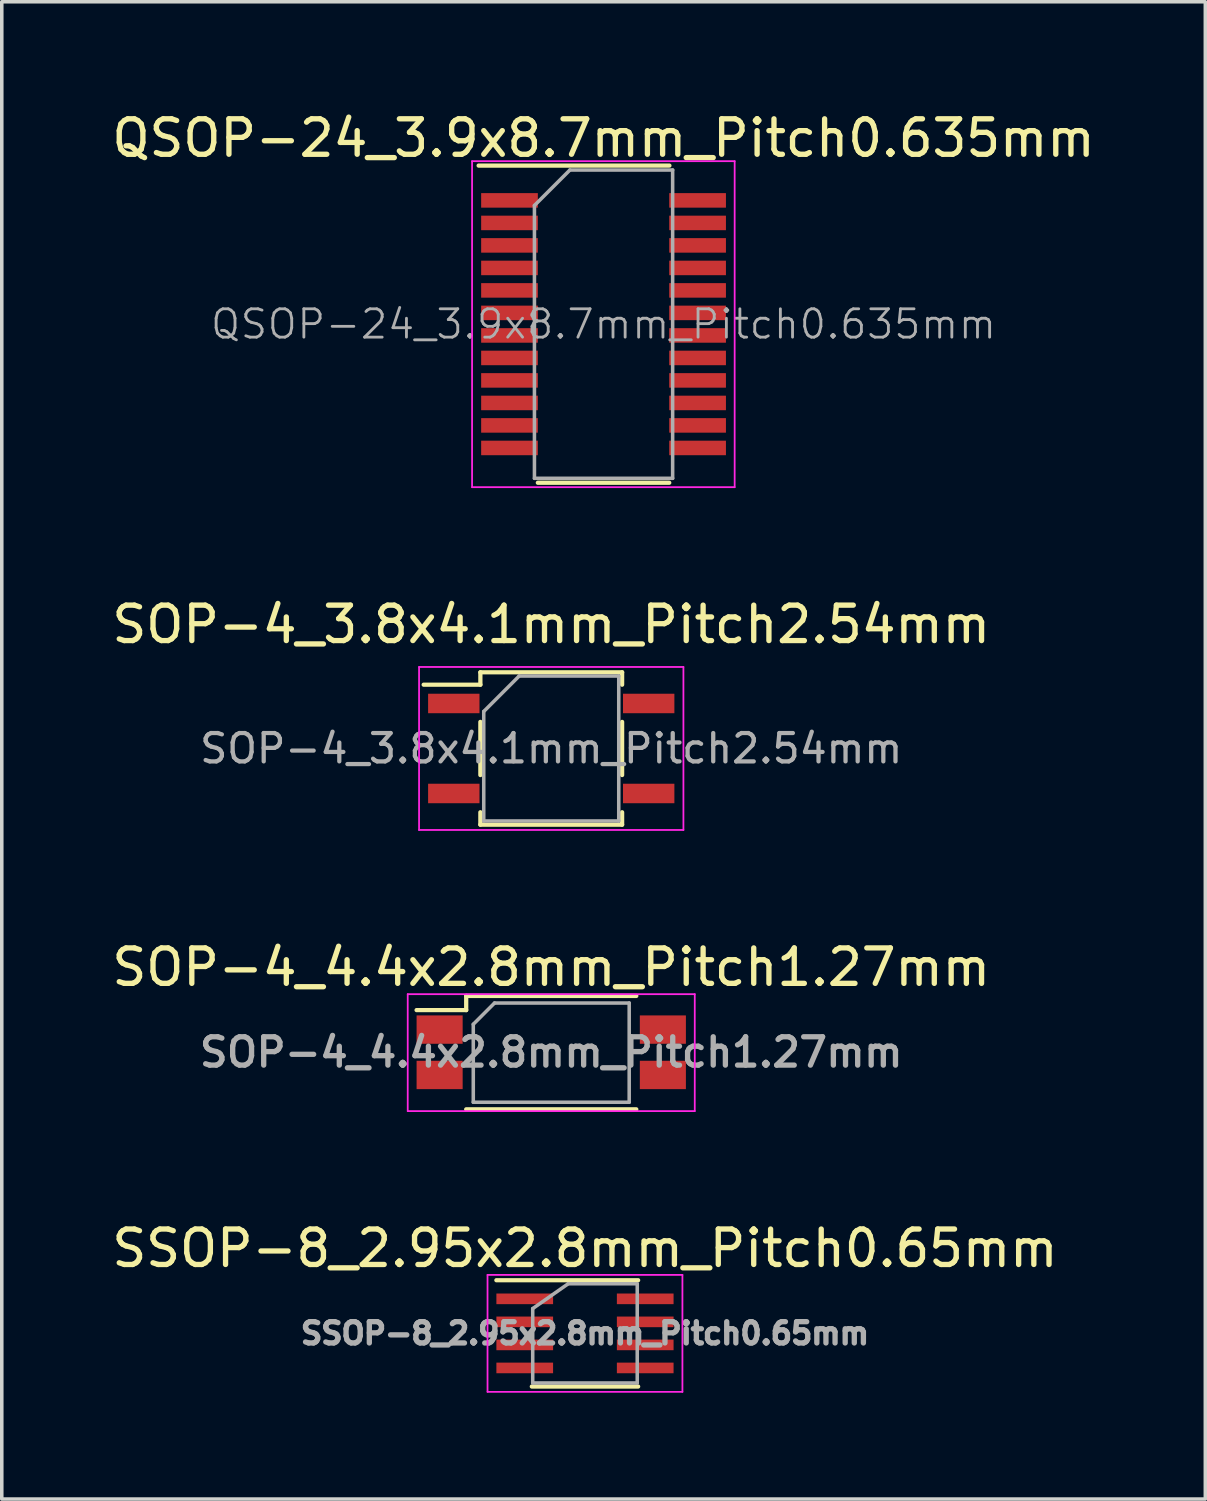
<source format=kicad_pcb>
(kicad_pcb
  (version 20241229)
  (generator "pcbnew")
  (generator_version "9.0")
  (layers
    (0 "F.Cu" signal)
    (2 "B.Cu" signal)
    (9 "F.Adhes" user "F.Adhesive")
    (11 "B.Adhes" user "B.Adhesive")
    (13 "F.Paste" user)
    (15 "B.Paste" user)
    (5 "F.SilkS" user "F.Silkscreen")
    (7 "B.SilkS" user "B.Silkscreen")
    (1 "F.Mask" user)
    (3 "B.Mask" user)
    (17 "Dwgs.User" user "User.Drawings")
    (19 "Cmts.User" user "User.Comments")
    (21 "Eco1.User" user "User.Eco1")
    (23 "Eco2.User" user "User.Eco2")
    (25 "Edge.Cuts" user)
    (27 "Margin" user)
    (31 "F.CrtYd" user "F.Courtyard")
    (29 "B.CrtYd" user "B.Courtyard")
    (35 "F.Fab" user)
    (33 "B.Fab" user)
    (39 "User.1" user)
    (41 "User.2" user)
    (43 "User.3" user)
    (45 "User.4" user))
  (footprint "SOP-4_4.4x2.8mm_Pitch1.27mm"
    (layer "F.Cu")
    (at 12.506 26.645)
    (property "Reference" "SOP-4_4.4x2.8mm_Pitch1.27mm" (at 0 -2.4 0) (layer "F.SilkS") (effects (font (size 1 1) (thickness 0.15))))
    (attr smd)
    (fp_line (start -2.4 -1.59) (end -2.4 -1.19) (stroke (width 0.12) (type solid)) (layer "F.SilkS"))
    (fp_line (start -2.4 -1.59) (end 2.4 -1.59) (stroke (width 0.12) (type solid)) (layer "F.SilkS"))
    (fp_line (start -2.4 -1.19) (end -3.8 -1.19) (stroke (width 0.12) (type solid)) (layer "F.SilkS"))
    (fp_line (start -2.4 1.61) (end 2.4 1.61) (stroke (width 0.12) (type solid)) (layer "F.SilkS"))
    (fp_line (start -4.05 -1.64) (end -4.05 1.66) (stroke (width 0.05) (type solid)) (layer "F.CrtYd"))
    (fp_line (start -4.05 -1.64) (end 4.05 -1.64) (stroke (width 0.05) (type solid)) (layer "F.CrtYd"))
    (fp_line (start 4.05 1.66) (end -4.05 1.66) (stroke (width 0.05) (type solid)) (layer "F.CrtYd"))
    (fp_line (start 4.05 1.66) (end 4.05 -1.64) (stroke (width 0.05) (type solid)) (layer "F.CrtYd"))
    (fp_line (start -2.2 -0.79) (end -1.6 -1.39) (stroke (width 0.1) (type solid)) (layer "F.Fab"))
    (fp_line (start -2.2 1.41) (end -2.2 -0.79) (stroke (width 0.1) (type solid)) (layer "F.Fab"))
    (fp_line (start -1.6 -1.39) (end 2.2 -1.39) (stroke (width 0.1) (type solid)) (layer "F.Fab"))
    (fp_line (start 2.2 -1.39) (end 2.2 1.41) (stroke (width 0.1) (type solid)) (layer "F.Fab"))
    (fp_line (start 2.2 1.41) (end -2.2 1.41) (stroke (width 0.1) (type solid)) (layer "F.Fab"))
    (fp_text user "${REFERENCE}" (at 0 0 0) (layer "F.Fab") (effects (font (size 0.8 0.8) (thickness 0.15))))
    (pad "1" smd rect (at -3.15 -0.64) (size 1.3 0.8) (layers "F.Cu" "F.Mask" "F.Paste"))
    (pad "2" smd rect (at -3.15 0.64) (size 1.3 0.8) (layers "F.Cu" "F.Mask" "F.Paste"))
    (pad "3" smd rect (at 3.15 0.64) (size 1.3 0.8) (layers "F.Cu" "F.Mask" "F.Paste"))
    (pad "4" smd rect (at 3.15 -0.64) (size 1.3 0.8) (layers "F.Cu" "F.Mask" "F.Paste")))
  (footprint "SOP-4_3.8x4.1mm_Pitch2.54mm"
    (layer "F.Cu")
    (at 12.506 18.072)
    (property "Reference" "SOP-4_3.8x4.1mm_Pitch2.54mm" (at 0 -3.5 0) (layer "F.SilkS") (effects (font (size 1 1) (thickness 0.15))))
    (attr smd)
    (fp_line (start -2 -2.15) (end 2 -2.15) (stroke (width 0.12) (type solid)) (layer "F.SilkS"))
    (fp_line (start -2 -1.8) (end -3.6 -1.8) (stroke (width 0.12) (type solid)) (layer "F.SilkS"))
    (fp_line (start -2 -1.8) (end -2 -2.15) (stroke (width 0.12) (type solid)) (layer "F.SilkS"))
    (fp_line (start -2 0.75) (end -2 -0.75) (stroke (width 0.12) (type solid)) (layer "F.SilkS"))
    (fp_line (start -2 1.8) (end -2 2.15) (stroke (width 0.12) (type solid)) (layer "F.SilkS"))
    (fp_line (start -2 2.15) (end 2 2.15) (stroke (width 0.12) (type solid)) (layer "F.SilkS"))
    (fp_line (start 2 -2.15) (end 2 -1.8) (stroke (width 0.12) (type solid)) (layer "F.SilkS"))
    (fp_line (start 2 0.75) (end 2 -0.75) (stroke (width 0.12) (type solid)) (layer "F.SilkS"))
    (fp_line (start 2 2.15) (end 2 1.8) (stroke (width 0.12) (type solid)) (layer "F.SilkS"))
    (fp_line (start -3.73 -2.3) (end 3.73 -2.3) (stroke (width 0.05) (type solid)) (layer "F.CrtYd"))
    (fp_line (start -3.73 2.3) (end -3.73 -2.3) (stroke (width 0.05) (type solid)) (layer "F.CrtYd"))
    (fp_line (start 3.73 -2.3) (end 3.73 2.3) (stroke (width 0.05) (type solid)) (layer "F.CrtYd"))
    (fp_line (start 3.73 2.3) (end -3.73 2.3) (stroke (width 0.05) (type solid)) (layer "F.CrtYd"))
    (fp_line (start -1.905 -1.044) (end -0.905 -2.045) (stroke (width 0.1) (type solid)) (layer "F.Fab"))
    (fp_line (start -1.905 2.045) (end -1.905 -1.044) (stroke (width 0.1) (type solid)) (layer "F.Fab"))
    (fp_line (start -1.905 2.045) (end 1.905 2.045) (stroke (width 0.1) (type solid)) (layer "F.Fab"))
    (fp_line (start -0.905 -2.045) (end 1.905 -2.045) (stroke (width 0.1) (type solid)) (layer "F.Fab"))
    (fp_line (start 1.905 2.045) (end 1.905 -2.045) (stroke (width 0.1) (type solid)) (layer "F.Fab"))
    (fp_text user "${REFERENCE}" (at 0 0 0) (layer "F.Fab") (effects (font (size 0.8 0.8) (thickness 0.12))))
    (pad "1" smd rect (at -2.75 -1.27) (size 1.45 0.55) (layers "F.Cu" "F.Mask" "F.Paste"))
    (pad "2" smd rect (at -2.75 1.27) (size 1.45 0.55) (layers "F.Cu" "F.Mask" "F.Paste"))
    (pad "3" smd rect (at 2.75 1.27) (size 1.45 0.55) (layers "F.Cu" "F.Mask" "F.Paste"))
    (pad "4" smd rect (at 2.75 -1.27) (size 1.45 0.55) (layers "F.Cu" "F.Mask" "F.Paste")))
  (footprint "SSOP-8_2.95x2.8mm_Pitch0.65mm"
    (layer "F.Cu")
    (at 13.458 34.578)
    (property "Reference" "SSOP-8_2.95x2.8mm_Pitch0.65mm" (at 0 -2.4 0) (layer "F.SilkS") (effects (font (size 1 1) (thickness 0.15))))
    (attr smd)
    (fp_line (start 1.5 -1.5) (end -2.5 -1.5) (stroke (width 0.12) (type solid)) (layer "F.SilkS"))
    (fp_line (start 1.5 1.5) (end -1.5 1.5) (stroke (width 0.12) (type solid)) (layer "F.SilkS"))
    (fp_line (start -2.75 -1.65) (end 2.75 -1.65) (stroke (width 0.05) (type solid)) (layer "F.CrtYd"))
    (fp_line (start -2.75 1.65) (end -2.75 -1.65) (stroke (width 0.05) (type solid)) (layer "F.CrtYd"))
    (fp_line (start 2.75 -1.65) (end 2.75 1.65) (stroke (width 0.05) (type solid)) (layer "F.CrtYd"))
    (fp_line (start 2.75 1.65) (end -2.75 1.65) (stroke (width 0.05) (type solid)) (layer "F.CrtYd"))
    (fp_line (start -1.475 1.4) (end -1.475 -0.7) (stroke (width 0.1) (type solid)) (layer "F.Fab"))
    (fp_line (start -0.475 -1.4) (end -1.475 -0.7) (stroke (width 0.1) (type solid)) (layer "F.Fab"))
    (fp_line (start -0.475 -1.4) (end 1.475 -1.4) (stroke (width 0.1) (type solid)) (layer "F.Fab"))
    (fp_line (start 1.475 -1.4) (end 1.475 1.4) (stroke (width 0.1) (type solid)) (layer "F.Fab"))
    (fp_line (start 1.475 1.4) (end -1.475 1.4) (stroke (width 0.1) (type solid)) (layer "F.Fab"))
    (fp_text user "${REFERENCE}" (at 0 0 0) (layer "F.Fab") (effects (font (size 0.6 0.6) (thickness 0.15))))
    (pad "1" smd rect (at -1.7 -0.975 270) (size 0.3 1.6) (layers "F.Cu" "F.Mask" "F.Paste"))
    (pad "2" smd rect (at -1.7 -0.325 270) (size 0.3 1.6) (layers "F.Cu" "F.Mask" "F.Paste"))
    (pad "3" smd rect (at -1.7 0.325 270) (size 0.3 1.6) (layers "F.Cu" "F.Mask" "F.Paste"))
    (pad "4" smd rect (at -1.7 0.975 270) (size 0.3 1.6) (layers "F.Cu" "F.Mask" "F.Paste"))
    (pad "5" smd rect (at 1.7 0.975 270) (size 0.3 1.6) (layers "F.Cu" "F.Mask" "F.Paste"))
    (pad "6" smd rect (at 1.7 0.325 270) (size 0.3 1.6) (layers "F.Cu" "F.Mask" "F.Paste"))
    (pad "7" smd rect (at 1.7 -0.325 270) (size 0.3 1.6) (layers "F.Cu" "F.Mask" "F.Paste"))
    (pad "8" smd rect (at 1.7 -0.975 270) (size 0.3 1.6) (layers "F.Cu" "F.Mask" "F.Paste")))
  (footprint "QSOP-24_3.9x8.7mm_Pitch0.635mm"
    (layer "F.Cu")
    (at 13.982 6.098)
    (property "Reference" "QSOP-24_3.9x8.7mm_Pitch0.635mm" (at 0 -5.25 0) (layer "F.SilkS") (effects (font (size 1 1) (thickness 0.15))))
    (attr smd)
    (fp_line (start -3.525 -4.475) (end 1.859 -4.475) (stroke (width 0.12) (type solid)) (layer "F.SilkS"))
    (fp_line (start -1.854 4.475) (end 1.854 4.475) (stroke (width 0.12) (type solid)) (layer "F.SilkS"))
    (fp_line (start -3.71 -4.6) (end -3.71 4.6) (stroke (width 0.05) (type solid)) (layer "F.CrtYd"))
    (fp_line (start -3.71 -4.6) (end 3.7 -4.6) (stroke (width 0.05) (type solid)) (layer "F.CrtYd"))
    (fp_line (start -3.71 4.6) (end 3.7 4.6) (stroke (width 0.05) (type solid)) (layer "F.CrtYd"))
    (fp_line (start 3.7 -4.6) (end 3.7 4.6) (stroke (width 0.05) (type solid)) (layer "F.CrtYd"))
    (fp_line (start -1.95 -3.35) (end -0.95 -4.35) (stroke (width 0.1) (type solid)) (layer "F.Fab"))
    (fp_line (start -1.95 4.35) (end -1.95 -3.35) (stroke (width 0.1) (type solid)) (layer "F.Fab"))
    (fp_line (start -0.95 -4.35) (end 1.95 -4.35) (stroke (width 0.1) (type solid)) (layer "F.Fab"))
    (fp_line (start 1.95 -4.35) (end 1.95 4.35) (stroke (width 0.1) (type solid)) (layer "F.Fab"))
    (fp_line (start 1.95 4.35) (end -1.95 4.35) (stroke (width 0.1) (type solid)) (layer "F.Fab"))
    (fp_text user "${REFERENCE}" (at 0 0 0) (layer "F.Fab") (effects (font (size 0.8 0.8) (thickness 0.08))))
    (pad "1" smd rect (at -2.654 -3.493) (size 1.6 0.41) (layers "F.Cu" "F.Mask" "F.Paste"))
    (pad "2" smd rect (at -2.654 -2.857) (size 1.6 0.41) (layers "F.Cu" "F.Mask" "F.Paste"))
    (pad "3" smd rect (at -2.654 -2.223) (size 1.6 0.41) (layers "F.Cu" "F.Mask" "F.Paste"))
    (pad "4" smd rect (at -2.654 -1.587) (size 1.6 0.41) (layers "F.Cu" "F.Mask" "F.Paste"))
    (pad "5" smd rect (at -2.654 -0.953) (size 1.6 0.41) (layers "F.Cu" "F.Mask" "F.Paste"))
    (pad "6" smd rect (at -2.654 -0.318) (size 1.6 0.41) (layers "F.Cu" "F.Mask" "F.Paste"))
    (pad "7" smd rect (at -2.654 0.318) (size 1.6 0.41) (layers "F.Cu" "F.Mask" "F.Paste"))
    (pad "8" smd rect (at -2.654 0.953) (size 1.6 0.41) (layers "F.Cu" "F.Mask" "F.Paste"))
    (pad "9" smd rect (at -2.654 1.587) (size 1.6 0.41) (layers "F.Cu" "F.Mask" "F.Paste"))
    (pad "10" smd rect (at -2.654 2.223) (size 1.6 0.41) (layers "F.Cu" "F.Mask" "F.Paste"))
    (pad "11" smd rect (at -2.654 2.857) (size 1.6 0.41) (layers "F.Cu" "F.Mask" "F.Paste"))
    (pad "12" smd rect (at -2.654 3.493) (size 1.6 0.41) (layers "F.Cu" "F.Mask" "F.Paste"))
    (pad "13" smd rect (at 2.654 3.493) (size 1.6 0.41) (layers "F.Cu" "F.Mask" "F.Paste"))
    (pad "14" smd rect (at 2.654 2.857) (size 1.6 0.41) (layers "F.Cu" "F.Mask" "F.Paste"))
    (pad "15" smd rect (at 2.654 2.223) (size 1.6 0.41) (layers "F.Cu" "F.Mask" "F.Paste"))
    (pad "16" smd rect (at 2.654 1.587) (size 1.6 0.41) (layers "F.Cu" "F.Mask" "F.Paste"))
    (pad "17" smd rect (at 2.654 0.953) (size 1.6 0.41) (layers "F.Cu" "F.Mask" "F.Paste"))
    (pad "18" smd rect (at 2.654 0.318) (size 1.6 0.41) (layers "F.Cu" "F.Mask" "F.Paste"))
    (pad "19" smd rect (at 2.654 -0.318) (size 1.6 0.41) (layers "F.Cu" "F.Mask" "F.Paste"))
    (pad "20" smd rect (at 2.654 -0.953) (size 1.6 0.41) (layers "F.Cu" "F.Mask" "F.Paste"))
    (pad "21" smd rect (at 2.654 -1.587) (size 1.6 0.41) (layers "F.Cu" "F.Mask" "F.Paste"))
    (pad "22" smd rect (at 2.654 -2.223) (size 1.6 0.41) (layers "F.Cu" "F.Mask" "F.Paste"))
    (pad "23" smd rect (at 2.654 -2.857) (size 1.6 0.41) (layers "F.Cu" "F.Mask" "F.Paste"))
    (pad "24" smd rect (at 2.654 -3.493) (size 1.6 0.41) (layers "F.Cu" "F.Mask" "F.Paste")))
  (gr_rect
    (start -3 -3)
    (end 30.964 39.253)
    (stroke (width 0.1) (type default))
    (fill no)
    (layer "Edge.Cuts")))
</source>
